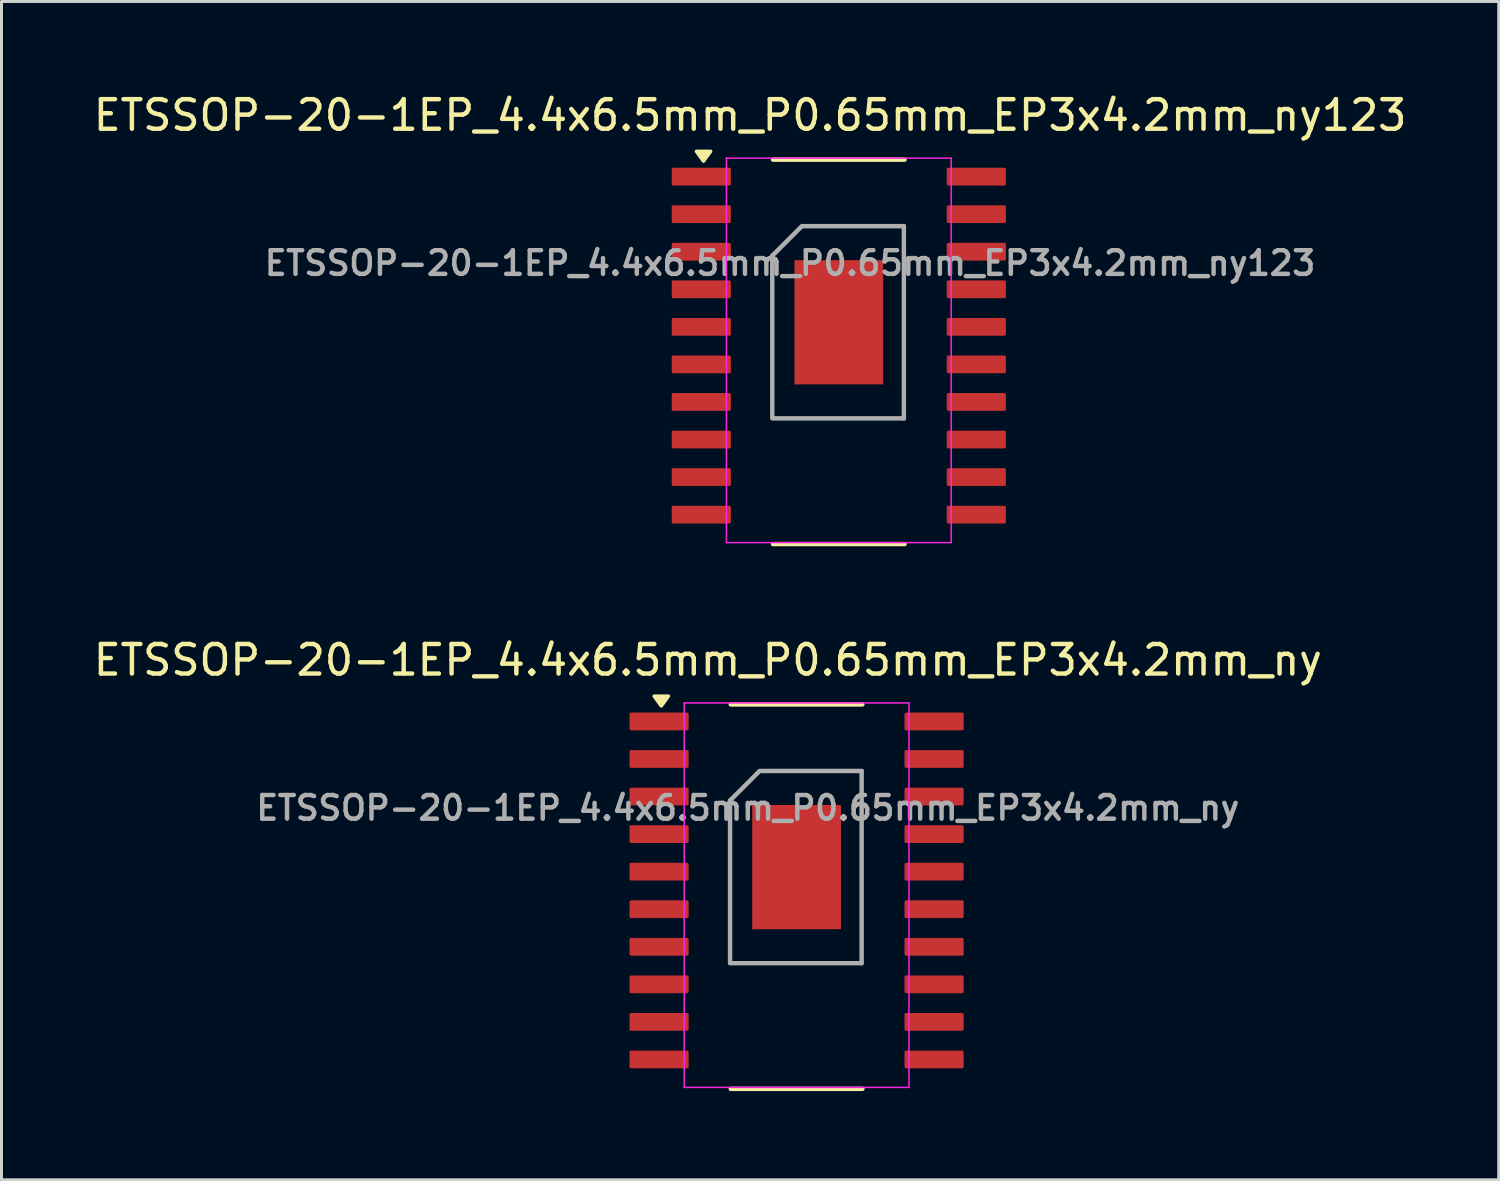
<source format=kicad_pcb>
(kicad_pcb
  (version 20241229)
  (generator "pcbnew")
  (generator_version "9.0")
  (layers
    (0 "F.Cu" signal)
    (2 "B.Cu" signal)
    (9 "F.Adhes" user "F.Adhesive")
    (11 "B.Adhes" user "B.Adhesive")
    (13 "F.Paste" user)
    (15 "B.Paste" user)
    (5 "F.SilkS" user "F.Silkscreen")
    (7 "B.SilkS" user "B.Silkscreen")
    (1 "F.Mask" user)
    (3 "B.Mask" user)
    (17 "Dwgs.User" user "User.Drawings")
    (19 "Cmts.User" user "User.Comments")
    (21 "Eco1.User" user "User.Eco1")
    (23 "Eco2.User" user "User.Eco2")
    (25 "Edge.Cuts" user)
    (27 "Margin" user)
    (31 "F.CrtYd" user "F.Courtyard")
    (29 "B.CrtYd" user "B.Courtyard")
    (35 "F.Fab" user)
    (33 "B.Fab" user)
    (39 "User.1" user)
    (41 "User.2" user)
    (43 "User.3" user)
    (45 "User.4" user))
  (footprint "ETSSOP-20-1EP_4.4x6.5mm_P0.65mm_EP3x4.2mm_ny"
    (layer "F.Cu")
    (at 23.887 26.271)
    (property "Reference" "ETSSOP-20-1EP_4.4x6.5mm_P0.65mm_EP3x4.2mm_ny" (at -3 -7 0) (layer "F.SilkS") (effects (font (size 1 1) (thickness 0.15))))
    (attr smd)
    (fp_line (start -2.225 -5.5) (end 2.225 -5.5) (stroke (width 0.15) (type solid)) (layer "F.SilkS"))
    (fp_line (start -2.225 7.5) (end 2.225 7.5) (stroke (width 0.15) (type solid)) (layer "F.SilkS"))
    (fp_poly (pts (xy -4.575 -5.45) (xy -4.815 -5.78) (xy -4.335 -5.78) (xy -4.575 -5.45)) (stroke (width 0.12) (type solid)) (fill yes) (layer "F.SilkS"))
    (fp_line (start -3.8 -5.55) (end -3.8 7.45) (stroke (width 0.05) (type solid)) (layer "F.CrtYd"))
    (fp_line (start -3.8 -5.55) (end 3.8 -5.55) (stroke (width 0.05) (type solid)) (layer "F.CrtYd"))
    (fp_line (start -3.8 7.45) (end 3.8 7.45) (stroke (width 0.05) (type solid)) (layer "F.CrtYd"))
    (fp_line (start 3.8 -5.55) (end 3.8 7.45) (stroke (width 0.05) (type solid)) (layer "F.CrtYd"))
    (fp_line (start -2.25 -2.25) (end -1.25 -3.25) (stroke (width 0.15) (type solid)) (layer "F.Fab"))
    (fp_line (start -2.25 3.25) (end -2.25 -2.25) (stroke (width 0.15) (type solid)) (layer "F.Fab"))
    (fp_line (start -1.2 -3.25) (end 2.2 -3.25) (stroke (width 0.15) (type solid)) (layer "F.Fab"))
    (fp_line (start 2.2 -3.25) (end 2.2 3.25) (stroke (width 0.15) (type solid)) (layer "F.Fab"))
    (fp_line (start 2.2 3.25) (end -2.2 3.25) (stroke (width 0.15) (type solid)) (layer "F.Fab"))
    (fp_text user "${REFERENCE}" (at -1.65 -2 0) (layer "F.Fab") (effects (font (size 0.8 0.8) (thickness 0.15))))
    (pad "" smd rect (at -0.75 -1.4) (size 1.2 1.14) (layers "F.Paste"))
    (pad "" smd rect (at -0.75 0) (size 1.2 1.14) (layers "F.Paste"))
    (pad "" smd rect (at -0.75 1.4) (size 1.2 1.14) (layers "F.Paste"))
    (pad "" smd rect (at 0.75 -1.4) (size 1.2 1.14) (layers "F.Paste"))
    (pad "" smd rect (at 0.75 0) (size 1.2 1.14) (layers "F.Paste"))
    (pad "" smd rect (at 0.75 1.4) (size 1.2 1.14) (layers "F.Paste"))
    (pad "1" smd roundrect (at -4.65 -4.925) (size 2 0.6) (layers "F.Cu" "F.Mask" "F.Paste") (roundrect_rratio 0.083))
    (pad "2" smd roundrect (at -4.65 -3.655) (size 2 0.6) (layers "F.Cu" "F.Mask" "F.Paste") (roundrect_rratio 0.083))
    (pad "3" smd roundrect (at -4.65 -2.385) (size 2 0.6) (layers "F.Cu" "F.Mask" "F.Paste") (roundrect_rratio 0.083))
    (pad "4" smd roundrect (at -4.65 -1.115) (size 2 0.6) (layers "F.Cu" "F.Mask" "F.Paste") (roundrect_rratio 0.083))
    (pad "5" smd roundrect (at -4.65 0.155) (size 2 0.6) (layers "F.Cu" "F.Mask" "F.Paste") (roundrect_rratio 0.083))
    (pad "6" smd roundrect (at -4.65 1.425) (size 2 0.6) (layers "F.Cu" "F.Mask" "F.Paste") (roundrect_rratio 0.083))
    (pad "7" smd roundrect (at -4.65 2.695) (size 2 0.6) (layers "F.Cu" "F.Mask" "F.Paste") (roundrect_rratio 0.083))
    (pad "8" smd roundrect (at -4.65 3.965) (size 2 0.6) (layers "F.Cu" "F.Mask" "F.Paste") (roundrect_rratio 0.083))
    (pad "9" smd roundrect (at -4.65 5.235) (size 2 0.6) (layers "F.Cu" "F.Mask" "F.Paste") (roundrect_rratio 0.083))
    (pad "10" smd roundrect (at -4.65 6.505) (size 2 0.6) (layers "F.Cu" "F.Mask" "F.Paste") (roundrect_rratio 0.083))
    (pad "11" smd roundrect (at 4.65 6.505) (size 2 0.6) (layers "F.Cu" "F.Mask" "F.Paste") (roundrect_rratio 0.083))
    (pad "12" smd roundrect (at 4.65 5.235) (size 2 0.6) (layers "F.Cu" "F.Mask" "F.Paste") (roundrect_rratio 0.083))
    (pad "13" smd roundrect (at 4.65 3.965) (size 2 0.6) (layers "F.Cu" "F.Mask" "F.Paste") (roundrect_rratio 0.083))
    (pad "14" smd roundrect (at 4.65 2.695) (size 2 0.6) (layers "F.Cu" "F.Mask" "F.Paste") (roundrect_rratio 0.083))
    (pad "15" smd roundrect (at 4.65 1.425) (size 2 0.6) (layers "F.Cu" "F.Mask" "F.Paste") (roundrect_rratio 0.083))
    (pad "16" smd roundrect (at 4.65 0.155) (size 2 0.6) (layers "F.Cu" "F.Mask" "F.Paste") (roundrect_rratio 0.083))
    (pad "17" smd roundrect (at 4.65 -1.115) (size 2 0.6) (layers "F.Cu" "F.Mask" "F.Paste") (roundrect_rratio 0.083))
    (pad "18" smd roundrect (at 4.65 -2.385) (size 2 0.6) (layers "F.Cu" "F.Mask" "F.Paste") (roundrect_rratio 0.083))
    (pad "19" smd roundrect (at 4.65 -3.655) (size 2 0.6) (layers "F.Cu" "F.Mask" "F.Paste") (roundrect_rratio 0.083))
    (pad "20" smd roundrect (at 4.65 -4.925) (size 2 0.6) (layers "F.Cu" "F.Mask" "F.Paste") (roundrect_rratio 0.083))
    (pad "21" smd rect (at 0 0) (size 3 4.2) (layers "F.Cu" "F.Mask" "F.Paste")))
  (footprint "ETSSOP-20-1EP_4.4x6.5mm_P0.65mm_EP3x4.2mm_ny123"
    (layer "F.Cu")
    (at 25.315 7.848)
    (property "Reference" "ETSSOP-20-1EP_4.4x6.5mm_P0.65mm_EP3x4.2mm_ny123" (at -3 -7 0) (layer "F.SilkS") (effects (font (size 1 1) (thickness 0.15))))
    (attr smd)
    (fp_line (start -2.225 -5.5) (end 2.225 -5.5) (stroke (width 0.15) (type solid)) (layer "F.SilkS"))
    (fp_line (start -2.225 7.5) (end 2.225 7.5) (stroke (width 0.15) (type solid)) (layer "F.SilkS"))
    (fp_poly (pts (xy -4.575 -5.45) (xy -4.815 -5.78) (xy -4.335 -5.78) (xy -4.575 -5.45)) (stroke (width 0.12) (type solid)) (fill yes) (layer "F.SilkS"))
    (fp_line (start -3.8 -5.55) (end -3.8 7.45) (stroke (width 0.05) (type solid)) (layer "F.CrtYd"))
    (fp_line (start -3.8 -5.55) (end 3.8 -5.55) (stroke (width 0.05) (type solid)) (layer "F.CrtYd"))
    (fp_line (start -3.8 7.45) (end 3.8 7.45) (stroke (width 0.05) (type solid)) (layer "F.CrtYd"))
    (fp_line (start 3.8 -5.55) (end 3.8 7.45) (stroke (width 0.05) (type solid)) (layer "F.CrtYd"))
    (fp_line (start -2.25 -2.25) (end -1.25 -3.25) (stroke (width 0.15) (type solid)) (layer "F.Fab"))
    (fp_line (start -2.25 3.25) (end -2.25 -2.25) (stroke (width 0.15) (type solid)) (layer "F.Fab"))
    (fp_line (start -1.2 -3.25) (end 2.2 -3.25) (stroke (width 0.15) (type solid)) (layer "F.Fab"))
    (fp_line (start 2.2 -3.25) (end 2.2 3.25) (stroke (width 0.15) (type solid)) (layer "F.Fab"))
    (fp_line (start 2.2 3.25) (end -2.2 3.25) (stroke (width 0.15) (type solid)) (layer "F.Fab"))
    (fp_text user "${REFERENCE}" (at -1.65 -2 0) (layer "F.Fab") (effects (font (size 0.8 0.8) (thickness 0.15))))
    (pad "" smd rect (at -0.75 -1.4) (size 1.2 1.14) (layers "F.Paste"))
    (pad "" smd rect (at -0.75 0) (size 1.2 1.14) (layers "F.Paste"))
    (pad "" smd rect (at -0.75 1.4) (size 1.2 1.14) (layers "F.Paste"))
    (pad "" smd rect (at 0.75 -1.4) (size 1.2 1.14) (layers "F.Paste"))
    (pad "" smd rect (at 0.75 0) (size 1.2 1.14) (layers "F.Paste"))
    (pad "" smd rect (at 0.75 1.4) (size 1.2 1.14) (layers "F.Paste"))
    (pad "1" smd roundrect (at -4.65 -4.925) (size 2 0.6) (layers "F.Cu" "F.Mask" "F.Paste") (roundrect_rratio 0.083))
    (pad "2" smd roundrect (at -4.65 -3.655) (size 2 0.6) (layers "F.Cu" "F.Mask" "F.Paste") (roundrect_rratio 0.083))
    (pad "3" smd roundrect (at -4.65 -2.385) (size 2 0.6) (layers "F.Cu" "F.Mask" "F.Paste") (roundrect_rratio 0.083))
    (pad "4" smd roundrect (at -4.65 -1.115) (size 2 0.6) (layers "F.Cu" "F.Mask" "F.Paste") (roundrect_rratio 0.083))
    (pad "5" smd roundrect (at -4.65 0.155) (size 2 0.6) (layers "F.Cu" "F.Mask" "F.Paste") (roundrect_rratio 0.083))
    (pad "6" smd roundrect (at -4.65 1.425) (size 2 0.6) (layers "F.Cu" "F.Mask" "F.Paste") (roundrect_rratio 0.083))
    (pad "7" smd roundrect (at -4.65 2.695) (size 2 0.6) (layers "F.Cu" "F.Mask" "F.Paste") (roundrect_rratio 0.083))
    (pad "8" smd roundrect (at -4.65 3.965) (size 2 0.6) (layers "F.Cu" "F.Mask" "F.Paste") (roundrect_rratio 0.083))
    (pad "9" smd roundrect (at -4.65 5.235) (size 2 0.6) (layers "F.Cu" "F.Mask" "F.Paste") (roundrect_rratio 0.083))
    (pad "10" smd roundrect (at -4.65 6.505) (size 2 0.6) (layers "F.Cu" "F.Mask" "F.Paste") (roundrect_rratio 0.083))
    (pad "11" smd roundrect (at 4.65 6.505) (size 2 0.6) (layers "F.Cu" "F.Mask" "F.Paste") (roundrect_rratio 0.083))
    (pad "12" smd roundrect (at 4.65 5.235) (size 2 0.6) (layers "F.Cu" "F.Mask" "F.Paste") (roundrect_rratio 0.083))
    (pad "13" smd roundrect (at 4.65 3.965) (size 2 0.6) (layers "F.Cu" "F.Mask" "F.Paste") (roundrect_rratio 0.083))
    (pad "14" smd roundrect (at 4.65 2.695) (size 2 0.6) (layers "F.Cu" "F.Mask" "F.Paste") (roundrect_rratio 0.083))
    (pad "15" smd roundrect (at 4.65 1.425) (size 2 0.6) (layers "F.Cu" "F.Mask" "F.Paste") (roundrect_rratio 0.083))
    (pad "16" smd roundrect (at 4.65 0.155) (size 2 0.6) (layers "F.Cu" "F.Mask" "F.Paste") (roundrect_rratio 0.083))
    (pad "17" smd roundrect (at 4.65 -1.115) (size 2 0.6) (layers "F.Cu" "F.Mask" "F.Paste") (roundrect_rratio 0.083))
    (pad "18" smd roundrect (at 4.65 -2.385) (size 2 0.6) (layers "F.Cu" "F.Mask" "F.Paste") (roundrect_rratio 0.083))
    (pad "19" smd roundrect (at 4.65 -3.655) (size 2 0.6) (layers "F.Cu" "F.Mask" "F.Paste") (roundrect_rratio 0.083))
    (pad "20" smd roundrect (at 4.65 -4.925) (size 2 0.6) (layers "F.Cu" "F.Mask" "F.Paste") (roundrect_rratio 0.083))
    (pad "21" smd rect (at 0 0) (size 3 4.2) (layers "F.Cu" "F.Mask" "F.Paste")))
  (gr_rect
    (start -3 -3)
    (end 47.631 36.846)
    (stroke (width 0.1) (type default))
    (fill no)
    (layer "Edge.Cuts")))
</source>
